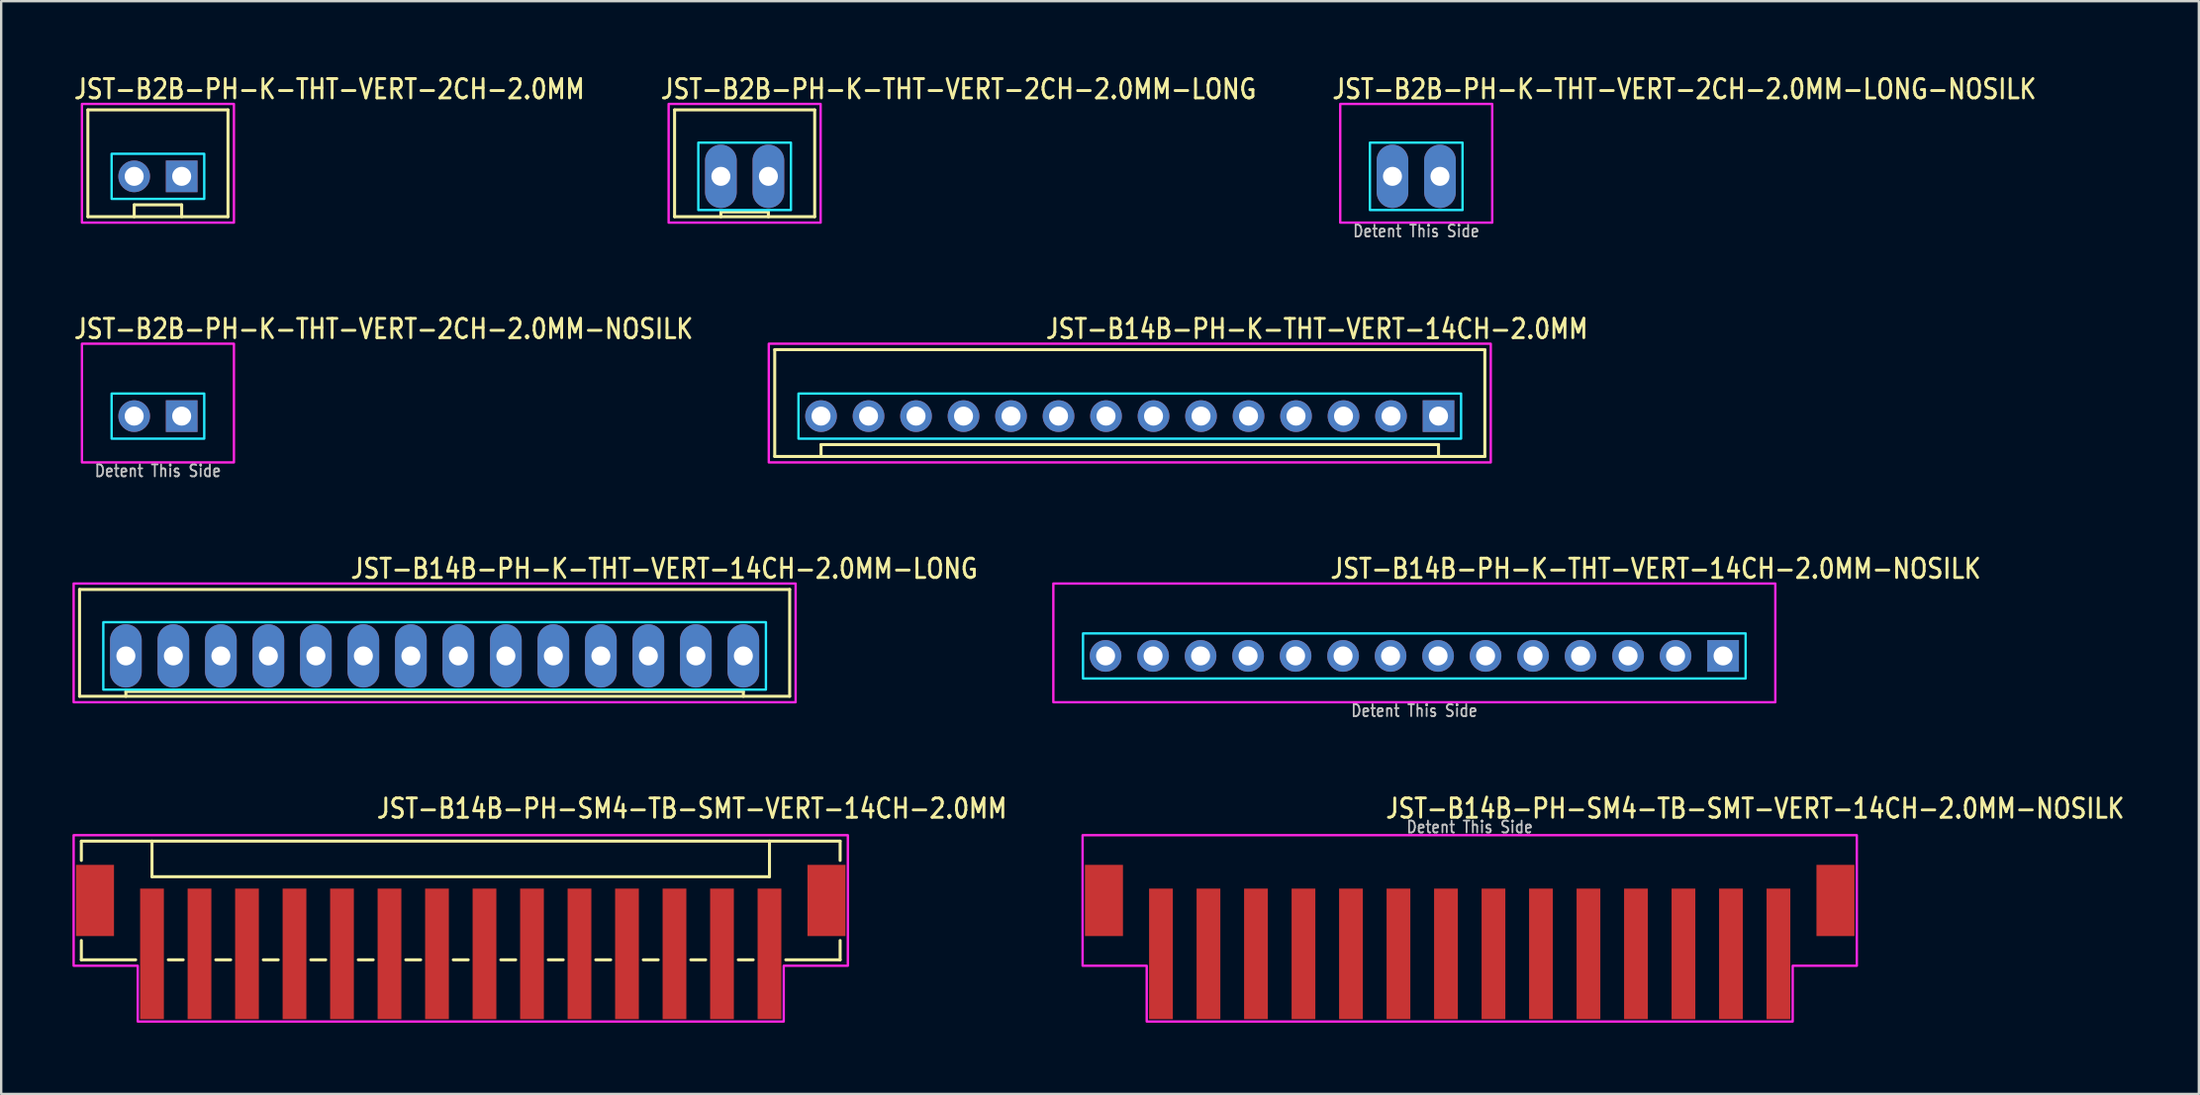
<source format=kicad_pcb>
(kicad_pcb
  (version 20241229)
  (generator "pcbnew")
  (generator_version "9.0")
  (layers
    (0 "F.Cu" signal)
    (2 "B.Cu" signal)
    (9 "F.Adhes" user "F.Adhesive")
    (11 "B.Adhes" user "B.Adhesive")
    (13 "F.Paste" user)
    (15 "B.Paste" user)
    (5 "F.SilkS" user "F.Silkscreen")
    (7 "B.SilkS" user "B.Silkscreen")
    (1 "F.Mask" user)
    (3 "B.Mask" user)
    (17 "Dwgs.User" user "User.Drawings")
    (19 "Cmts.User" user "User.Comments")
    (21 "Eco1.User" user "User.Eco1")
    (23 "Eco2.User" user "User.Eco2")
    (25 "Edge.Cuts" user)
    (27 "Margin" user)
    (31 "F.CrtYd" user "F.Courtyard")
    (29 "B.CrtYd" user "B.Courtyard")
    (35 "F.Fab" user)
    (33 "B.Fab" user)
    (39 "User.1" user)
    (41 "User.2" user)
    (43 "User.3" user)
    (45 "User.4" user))
  (footprint "JST-B14B-PH-K-THT-VERT-14CH-2.0MM"
    (layer "F.Cu")
    (at 44.521 14.48)
    (property "Reference" "JST-B14B-PH-K-THT-VERT-14CH-2.0MM" (at -3.6 -3.2 0) (unlocked yes) (layer "F.SilkS") (effects (font (size 0.813 0.695) (thickness 0.122)) (justify left bottom)))
    (fp_line (start -14.95 -2.8) (end -14.95 1.7) (stroke (width 0.127) (type solid)) (layer "F.SilkS"))
    (fp_line (start -14.95 -2.8) (end 14.95 -2.8) (stroke (width 0.127) (type solid)) (layer "F.SilkS"))
    (fp_line (start -14.95 1.7) (end 14.95 1.7) (stroke (width 0.127) (type solid)) (layer "F.SilkS"))
    (fp_line (start -13 1.7) (end -13 1.2) (stroke (width 0.127) (type solid)) (layer "F.SilkS"))
    (fp_line (start 13 1.2) (end -13 1.2) (stroke (width 0.127) (type solid)) (layer "F.SilkS"))
    (fp_line (start 13 1.7) (end 13 1.2) (stroke (width 0.127) (type solid)) (layer "F.SilkS"))
    (fp_line (start 14.95 1.7) (end 14.95 -2.8) (stroke (width 0.127) (type solid)) (layer "F.SilkS"))
    (fp_poly (pts (xy -13.95 -0.95) (xy -13.95 0.95) (xy 13.95 0.95) (xy 13.95 -0.95)) (stroke (width 0.1) (type solid)) (fill no) (layer "B.CrtYd"))
    (fp_poly (pts (xy -15.2 1.95) (xy -15.2 -3.05) (xy 15.2 -3.05) (xy 15.2 1.95)) (stroke (width 0.1) (type solid)) (fill no) (layer "F.CrtYd"))
    (pad "1" thru_hole rect (at 13 0) (size 1.333 1.333) (drill 0.8) (layers "*.Cu" "*.Mask"))
    (pad "2" thru_hole oval (at 11 0) (size 1.333 1.333) (drill 0.8) (layers "*.Cu" "*.Mask"))
    (pad "3" thru_hole oval (at 9 0) (size 1.333 1.333) (drill 0.8) (layers "*.Cu" "*.Mask"))
    (pad "4" thru_hole oval (at 7 0) (size 1.333 1.333) (drill 0.8) (layers "*.Cu" "*.Mask"))
    (pad "5" thru_hole oval (at 5 0) (size 1.333 1.333) (drill 0.8) (layers "*.Cu" "*.Mask"))
    (pad "6" thru_hole oval (at 3 0) (size 1.333 1.333) (drill 0.8) (layers "*.Cu" "*.Mask"))
    (pad "7" thru_hole oval (at 1 0) (size 1.333 1.333) (drill 0.8) (layers "*.Cu" "*.Mask"))
    (pad "8" thru_hole oval (at -1 0) (size 1.333 1.333) (drill 0.8) (layers "*.Cu" "*.Mask"))
    (pad "9" thru_hole oval (at -3 0) (size 1.333 1.333) (drill 0.8) (layers "*.Cu" "*.Mask"))
    (pad "10" thru_hole oval (at -5 0) (size 1.333 1.333) (drill 0.8) (layers "*.Cu" "*.Mask"))
    (pad "11" thru_hole oval (at -7 0) (size 1.333 1.333) (drill 0.8) (layers "*.Cu" "*.Mask"))
    (pad "12" thru_hole oval (at -9 0) (size 1.333 1.333) (drill 0.8) (layers "*.Cu" "*.Mask"))
    (pad "13" thru_hole oval (at -11 0) (size 1.333 1.333) (drill 0.8) (layers "*.Cu" "*.Mask"))
    (pad "14" thru_hole oval (at -13 0) (size 1.333 1.333) (drill 0.8) (layers "*.Cu" "*.Mask")))
  (footprint "JST-B2B-PH-K-THT-VERT-2CH-2.0MM"
    (layer "F.Cu")
    (at 3.6 4.379)
    (property "Reference" "JST-B2B-PH-K-THT-VERT-2CH-2.0MM" (at -3.6 -3.2 0) (unlocked yes) (layer "F.SilkS") (effects (font (size 0.813 0.695) (thickness 0.122)) (justify left bottom)))
    (fp_line (start -2.95 -2.8) (end -2.95 1.7) (stroke (width 0.127) (type solid)) (layer "F.SilkS"))
    (fp_line (start -2.95 -2.8) (end 2.95 -2.8) (stroke (width 0.127) (type solid)) (layer "F.SilkS"))
    (fp_line (start -2.95 1.7) (end 2.95 1.7) (stroke (width 0.127) (type solid)) (layer "F.SilkS"))
    (fp_line (start -1 1.7) (end -1 1.2) (stroke (width 0.127) (type solid)) (layer "F.SilkS"))
    (fp_line (start 1 1.2) (end -1 1.2) (stroke (width 0.127) (type solid)) (layer "F.SilkS"))
    (fp_line (start 1 1.7) (end 1 1.2) (stroke (width 0.127) (type solid)) (layer "F.SilkS"))
    (fp_line (start 2.95 1.7) (end 2.95 -2.8) (stroke (width 0.127) (type solid)) (layer "F.SilkS"))
    (fp_poly (pts (xy -1.95 -0.95) (xy -1.95 0.95) (xy 1.95 0.95) (xy 1.95 -0.95)) (stroke (width 0.1) (type solid)) (fill no) (layer "B.CrtYd"))
    (fp_poly (pts (xy -3.2 1.95) (xy -3.2 -3.05) (xy 3.2 -3.05) (xy 3.2 1.95)) (stroke (width 0.1) (type solid)) (fill no) (layer "F.CrtYd"))
    (pad "1" thru_hole rect (at 1 0) (size 1.333 1.333) (drill 0.8) (layers "*.Cu" "*.Mask"))
    (pad "2" thru_hole oval (at -1 0) (size 1.333 1.333) (drill 0.8) (layers "*.Cu" "*.Mask")))
  (footprint "JST-B14B-PH-SM4-TB-SMT-VERT-14CH-2.0MM-NOSILK"
    (layer "F.Cu")
    (at 58.834 34.884)
    (property "Reference" "JST-B14B-PH-SM4-TB-SMT-VERT-14CH-2.0MM-NOSILK" (at -3.6 -3.4 0) (unlocked yes) (layer "F.SilkS") (effects (font (size 0.813 0.695) (thickness 0.122)) (justify left bottom)))
    (fp_poly (pts (xy -16.3 -2.75) (xy -16.3 2.75) (xy -13.6 2.75) (xy -13.6 5.1) (xy 13.6 5.1) (xy 13.6 2.75) (xy 16.3 2.75) (xy 16.3 -2.75)) (stroke (width 0.1) (type solid)) (fill no) (layer "F.CrtYd"))
    (fp_text user "Detent This Side" (at 0 -2.8 0) (unlocked yes) (layer "Dwgs.User") (effects (font (size 0.5 0.427) (thickness 0.075)) (justify bottom)))
    (pad "1" smd rect (at -13 2.25) (size 1 5.5) (layers "F.Cu" "F.Mask" "F.Paste"))
    (pad "2" smd rect (at -11 2.25) (size 1 5.5) (layers "F.Cu" "F.Mask" "F.Paste"))
    (pad "3" smd rect (at -9 2.25) (size 1 5.5) (layers "F.Cu" "F.Mask" "F.Paste"))
    (pad "4" smd rect (at -7 2.25) (size 1 5.5) (layers "F.Cu" "F.Mask" "F.Paste"))
    (pad "5" smd rect (at -5 2.25) (size 1 5.5) (layers "F.Cu" "F.Mask" "F.Paste"))
    (pad "6" smd rect (at -3 2.25) (size 1 5.5) (layers "F.Cu" "F.Mask" "F.Paste"))
    (pad "7" smd rect (at -1 2.25) (size 1 5.5) (layers "F.Cu" "F.Mask" "F.Paste"))
    (pad "8" smd rect (at 1 2.25) (size 1 5.5) (layers "F.Cu" "F.Mask" "F.Paste"))
    (pad "9" smd rect (at 3 2.25) (size 1 5.5) (layers "F.Cu" "F.Mask" "F.Paste"))
    (pad "10" smd rect (at 5 2.25) (size 1 5.5) (layers "F.Cu" "F.Mask" "F.Paste"))
    (pad "11" smd rect (at 7 2.25) (size 1 5.5) (layers "F.Cu" "F.Mask" "F.Paste"))
    (pad "12" smd rect (at 9 2.25) (size 1 5.5) (layers "F.Cu" "F.Mask" "F.Paste"))
    (pad "13" smd rect (at 11 2.25) (size 1 5.5) (layers "F.Cu" "F.Mask" "F.Paste"))
    (pad "14" smd rect (at 13 2.25) (size 1 5.5) (layers "F.Cu" "F.Mask" "F.Paste"))
    (pad "S_1" smd rect (at -15.4 0) (size 1.6 3) (layers "F.Cu" "F.Mask" "F.Paste"))
    (pad "S_2" smd rect (at 15.4 0) (size 1.6 3) (layers "F.Cu" "F.Mask" "F.Paste")))
  (footprint "JST-B14B-PH-K-THT-VERT-14CH-2.0MM-LONG"
    (layer "F.Cu")
    (at 15.25 24.582)
    (property "Reference" "JST-B14B-PH-K-THT-VERT-14CH-2.0MM-LONG" (at -3.6 -3.2 0) (unlocked yes) (layer "F.SilkS") (effects (font (size 0.813 0.695) (thickness 0.122)) (justify left bottom)))
    (fp_line (start -14.95 -2.8) (end -14.95 1.7) (stroke (width 0.127) (type solid)) (layer "F.SilkS"))
    (fp_line (start -14.95 -2.8) (end 14.95 -2.8) (stroke (width 0.127) (type solid)) (layer "F.SilkS"))
    (fp_line (start -14.95 1.7) (end 14.95 1.7) (stroke (width 0.127) (type solid)) (layer "F.SilkS"))
    (fp_line (start -13 1.7) (end -13 1.5) (stroke (width 0.127) (type solid)) (layer "F.SilkS"))
    (fp_line (start 13 1.5) (end -13 1.5) (stroke (width 0.127) (type solid)) (layer "F.SilkS"))
    (fp_line (start 13 1.7) (end 13 1.5) (stroke (width 0.127) (type solid)) (layer "F.SilkS"))
    (fp_line (start 14.95 1.7) (end 14.95 -2.8) (stroke (width 0.127) (type solid)) (layer "F.SilkS"))
    (fp_poly (pts (xy -13.95 -1.42) (xy -13.95 1.42) (xy 13.95 1.42) (xy 13.95 -1.42)) (stroke (width 0.1) (type solid)) (fill no) (layer "B.CrtYd"))
    (fp_poly (pts (xy -15.2 1.95) (xy -15.2 -3.05) (xy 15.2 -3.05) (xy 15.2 1.95)) (stroke (width 0.1) (type solid)) (fill no) (layer "F.CrtYd"))
    (pad "1" thru_hole oval (at 13 0 90) (size 2.667 1.333) (drill 0.8) (layers "*.Cu" "*.Mask"))
    (pad "2" thru_hole oval (at 11 0 90) (size 2.667 1.333) (drill 0.8) (layers "*.Cu" "*.Mask"))
    (pad "3" thru_hole oval (at 9 0 90) (size 2.667 1.333) (drill 0.8) (layers "*.Cu" "*.Mask"))
    (pad "4" thru_hole oval (at 7 0 90) (size 2.667 1.333) (drill 0.8) (layers "*.Cu" "*.Mask"))
    (pad "5" thru_hole oval (at 5 0 90) (size 2.667 1.333) (drill 0.8) (layers "*.Cu" "*.Mask"))
    (pad "6" thru_hole oval (at 3 0 90) (size 2.667 1.333) (drill 0.8) (layers "*.Cu" "*.Mask"))
    (pad "7" thru_hole oval (at 1 0 90) (size 2.667 1.333) (drill 0.8) (layers "*.Cu" "*.Mask"))
    (pad "8" thru_hole oval (at -1 0 90) (size 2.667 1.333) (drill 0.8) (layers "*.Cu" "*.Mask"))
    (pad "9" thru_hole oval (at -3 0 90) (size 2.667 1.333) (drill 0.8) (layers "*.Cu" "*.Mask"))
    (pad "10" thru_hole oval (at -5 0 90) (size 2.667 1.333) (drill 0.8) (layers "*.Cu" "*.Mask"))
    (pad "11" thru_hole oval (at -7 0 90) (size 2.667 1.333) (drill 0.8) (layers "*.Cu" "*.Mask"))
    (pad "12" thru_hole oval (at -9 0 90) (size 2.667 1.333) (drill 0.8) (layers "*.Cu" "*.Mask"))
    (pad "13" thru_hole oval (at -11 0 90) (size 2.667 1.333) (drill 0.8) (layers "*.Cu" "*.Mask"))
    (pad "14" thru_hole oval (at -13 0 90) (size 2.667 1.333) (drill 0.8) (layers "*.Cu" "*.Mask")))
  (footprint "JST-B14B-PH-K-THT-VERT-14CH-2.0MM-NOSILK"
    (layer "F.Cu")
    (at 56.502 24.582)
    (property "Reference" "JST-B14B-PH-K-THT-VERT-14CH-2.0MM-NOSILK" (at -3.6 -3.2 0) (unlocked yes) (layer "F.SilkS") (effects (font (size 0.813 0.695) (thickness 0.122)) (justify left bottom)))
    (fp_poly (pts (xy -13.95 -0.95) (xy -13.95 0.95) (xy 13.95 0.95) (xy 13.95 -0.95)) (stroke (width 0.1) (type solid)) (fill no) (layer "B.CrtYd"))
    (fp_poly (pts (xy -15.2 1.95) (xy -15.2 -3.05) (xy 15.2 -3.05) (xy 15.2 1.95)) (stroke (width 0.1) (type solid)) (fill no) (layer "F.CrtYd"))
    (fp_text user "Detent This Side" (at 0 2.6 0) (unlocked yes) (layer "Dwgs.User") (effects (font (size 0.5 0.427) (thickness 0.075)) (justify bottom)))
    (pad "1" thru_hole rect (at 13 0) (size 1.333 1.333) (drill 0.8) (layers "*.Cu" "*.Mask"))
    (pad "2" thru_hole oval (at 11 0) (size 1.333 1.333) (drill 0.8) (layers "*.Cu" "*.Mask"))
    (pad "3" thru_hole oval (at 9 0) (size 1.333 1.333) (drill 0.8) (layers "*.Cu" "*.Mask"))
    (pad "4" thru_hole oval (at 7 0) (size 1.333 1.333) (drill 0.8) (layers "*.Cu" "*.Mask"))
    (pad "5" thru_hole oval (at 5 0) (size 1.333 1.333) (drill 0.8) (layers "*.Cu" "*.Mask"))
    (pad "6" thru_hole oval (at 3 0) (size 1.333 1.333) (drill 0.8) (layers "*.Cu" "*.Mask"))
    (pad "7" thru_hole oval (at 1 0) (size 1.333 1.333) (drill 0.8) (layers "*.Cu" "*.Mask"))
    (pad "8" thru_hole oval (at -1 0) (size 1.333 1.333) (drill 0.8) (layers "*.Cu" "*.Mask"))
    (pad "9" thru_hole oval (at -3 0) (size 1.333 1.333) (drill 0.8) (layers "*.Cu" "*.Mask"))
    (pad "10" thru_hole oval (at -5 0) (size 1.333 1.333) (drill 0.8) (layers "*.Cu" "*.Mask"))
    (pad "11" thru_hole oval (at -7 0) (size 1.333 1.333) (drill 0.8) (layers "*.Cu" "*.Mask"))
    (pad "12" thru_hole oval (at -9 0) (size 1.333 1.333) (drill 0.8) (layers "*.Cu" "*.Mask"))
    (pad "13" thru_hole oval (at -11 0) (size 1.333 1.333) (drill 0.8) (layers "*.Cu" "*.Mask"))
    (pad "14" thru_hole oval (at -13 0) (size 1.333 1.333) (drill 0.8) (layers "*.Cu" "*.Mask")))
  (footprint "JST-B2B-PH-K-THT-VERT-2CH-2.0MM-LONG"
    (layer "F.Cu")
    (at 28.304 4.379)
    (property "Reference" "JST-B2B-PH-K-THT-VERT-2CH-2.0MM-LONG" (at -3.6 -3.2 0) (unlocked yes) (layer "F.SilkS") (effects (font (size 0.813 0.695) (thickness 0.122)) (justify left bottom)))
    (fp_line (start -2.95 -2.8) (end -2.95 1.7) (stroke (width 0.127) (type solid)) (layer "F.SilkS"))
    (fp_line (start -2.95 -2.8) (end 2.95 -2.8) (stroke (width 0.127) (type solid)) (layer "F.SilkS"))
    (fp_line (start -2.95 1.7) (end 2.95 1.7) (stroke (width 0.127) (type solid)) (layer "F.SilkS"))
    (fp_line (start -1 1.7) (end -1 1.5) (stroke (width 0.127) (type solid)) (layer "F.SilkS"))
    (fp_line (start 1 1.5) (end -1 1.5) (stroke (width 0.127) (type solid)) (layer "F.SilkS"))
    (fp_line (start 1 1.7) (end 1 1.5) (stroke (width 0.127) (type solid)) (layer "F.SilkS"))
    (fp_line (start 2.95 1.7) (end 2.95 -2.8) (stroke (width 0.127) (type solid)) (layer "F.SilkS"))
    (fp_poly (pts (xy -1.95 -1.42) (xy -1.95 1.42) (xy 1.95 1.42) (xy 1.95 -1.42)) (stroke (width 0.1) (type solid)) (fill no) (layer "B.CrtYd"))
    (fp_poly (pts (xy -3.2 1.95) (xy -3.2 -3.05) (xy 3.2 -3.05) (xy 3.2 1.95)) (stroke (width 0.1) (type solid)) (fill no) (layer "F.CrtYd"))
    (pad "1" thru_hole oval (at 1 0 90) (size 2.667 1.333) (drill 0.8) (layers "*.Cu" "*.Mask"))
    (pad "2" thru_hole oval (at -1 0 90) (size 2.667 1.333) (drill 0.8) (layers "*.Cu" "*.Mask")))
  (footprint "JST-B14B-PH-SM4-TB-SMT-VERT-14CH-2.0MM"
    (layer "F.Cu")
    (at 16.35 34.884)
    (property "Reference" "JST-B14B-PH-SM4-TB-SMT-VERT-14CH-2.0MM" (at -3.6 -3.4 0) (unlocked yes) (layer "F.SilkS") (effects (font (size 0.813 0.695) (thickness 0.122)) (justify left bottom)))
    (fp_line (start -15.975 -2.5) (end -15.975 -1.687) (stroke (width 0.127) (type solid)) (layer "F.SilkS"))
    (fp_line (start -15.975 -2.5) (end 15.975 -2.5) (stroke (width 0.127) (type solid)) (layer "F.SilkS"))
    (fp_line (start -15.975 2.5) (end -15.975 1.687) (stroke (width 0.127) (type solid)) (layer "F.SilkS"))
    (fp_line (start -15.975 2.5) (end -13.687 2.5) (stroke (width 0.127) (type solid)) (layer "F.SilkS"))
    (fp_line (start -13 -2.5) (end -13 -1) (stroke (width 0.127) (type solid)) (layer "F.SilkS"))
    (fp_line (start -13 -1) (end 13 -1) (stroke (width 0.127) (type solid)) (layer "F.SilkS"))
    (fp_line (start -12.313 2.5) (end -11.687 2.5) (stroke (width 0.127) (type solid)) (layer "F.SilkS"))
    (fp_line (start -10.313 2.5) (end -9.687 2.5) (stroke (width 0.127) (type solid)) (layer "F.SilkS"))
    (fp_line (start -8.313 2.5) (end -7.686 2.5) (stroke (width 0.127) (type solid)) (layer "F.SilkS"))
    (fp_line (start -6.314 2.5) (end -5.686 2.5) (stroke (width 0.127) (type solid)) (layer "F.SilkS"))
    (fp_line (start -4.314 2.5) (end -3.687 2.5) (stroke (width 0.127) (type solid)) (layer "F.SilkS"))
    (fp_line (start -2.313 2.5) (end -1.687 2.5) (stroke (width 0.127) (type solid)) (layer "F.SilkS"))
    (fp_line (start -0.314 2.5) (end 0.314 2.5) (stroke (width 0.127) (type solid)) (layer "F.SilkS"))
    (fp_line (start 1.687 2.5) (end 2.313 2.5) (stroke (width 0.127) (type solid)) (layer "F.SilkS"))
    (fp_line (start 3.687 2.5) (end 4.314 2.5) (stroke (width 0.127) (type solid)) (layer "F.SilkS"))
    (fp_line (start 5.686 2.5) (end 6.314 2.5) (stroke (width 0.127) (type solid)) (layer "F.SilkS"))
    (fp_line (start 7.686 2.5) (end 8.313 2.5) (stroke (width 0.127) (type solid)) (layer "F.SilkS"))
    (fp_line (start 9.687 2.5) (end 10.313 2.5) (stroke (width 0.127) (type solid)) (layer "F.SilkS"))
    (fp_line (start 11.687 2.5) (end 12.313 2.5) (stroke (width 0.127) (type solid)) (layer "F.SilkS"))
    (fp_line (start 13 -1) (end 13 -2.5) (stroke (width 0.127) (type solid)) (layer "F.SilkS"))
    (fp_line (start 13.687 2.5) (end 15.975 2.5) (stroke (width 0.127) (type solid)) (layer "F.SilkS"))
    (fp_line (start 15.975 -1.687) (end 15.975 -2.5) (stroke (width 0.127) (type solid)) (layer "F.SilkS"))
    (fp_line (start 15.975 1.687) (end 15.975 2.5) (stroke (width 0.127) (type solid)) (layer "F.SilkS"))
    (fp_poly (pts (xy -16.3 -2.75) (xy -16.3 2.75) (xy -13.6 2.75) (xy -13.6 5.1) (xy 13.6 5.1) (xy 13.6 2.75) (xy 16.3 2.75) (xy 16.3 -2.75)) (stroke (width 0.1) (type solid)) (fill no) (layer "F.CrtYd"))
    (pad "1" smd rect (at -13 2.25) (size 1 5.5) (layers "F.Cu" "F.Mask" "F.Paste"))
    (pad "2" smd rect (at -11 2.25) (size 1 5.5) (layers "F.Cu" "F.Mask" "F.Paste"))
    (pad "3" smd rect (at -9 2.25) (size 1 5.5) (layers "F.Cu" "F.Mask" "F.Paste"))
    (pad "4" smd rect (at -7 2.25) (size 1 5.5) (layers "F.Cu" "F.Mask" "F.Paste"))
    (pad "5" smd rect (at -5 2.25) (size 1 5.5) (layers "F.Cu" "F.Mask" "F.Paste"))
    (pad "6" smd rect (at -3 2.25) (size 1 5.5) (layers "F.Cu" "F.Mask" "F.Paste"))
    (pad "7" smd rect (at -1 2.25) (size 1 5.5) (layers "F.Cu" "F.Mask" "F.Paste"))
    (pad "8" smd rect (at 1 2.25) (size 1 5.5) (layers "F.Cu" "F.Mask" "F.Paste"))
    (pad "9" smd rect (at 3 2.25) (size 1 5.5) (layers "F.Cu" "F.Mask" "F.Paste"))
    (pad "10" smd rect (at 5 2.25) (size 1 5.5) (layers "F.Cu" "F.Mask" "F.Paste"))
    (pad "11" smd rect (at 7 2.25) (size 1 5.5) (layers "F.Cu" "F.Mask" "F.Paste"))
    (pad "12" smd rect (at 9 2.25) (size 1 5.5) (layers "F.Cu" "F.Mask" "F.Paste"))
    (pad "13" smd rect (at 11 2.25) (size 1 5.5) (layers "F.Cu" "F.Mask" "F.Paste"))
    (pad "14" smd rect (at 13 2.25) (size 1 5.5) (layers "F.Cu" "F.Mask" "F.Paste"))
    (pad "S_1" smd rect (at -15.4 0) (size 1.6 3) (layers "F.Cu" "F.Mask" "F.Paste"))
    (pad "S_2" smd rect (at 15.4 0) (size 1.6 3) (layers "F.Cu" "F.Mask" "F.Paste")))
  (footprint "JST-B2B-PH-K-THT-VERT-2CH-2.0MM-LONG-NOSILK"
    (layer "F.Cu")
    (at 56.582 4.379)
    (property "Reference" "JST-B2B-PH-K-THT-VERT-2CH-2.0MM-LONG-NOSILK" (at -3.6 -3.2 0) (unlocked yes) (layer "F.SilkS") (effects (font (size 0.813 0.695) (thickness 0.122)) (justify left bottom)))
    (fp_poly (pts (xy -1.95 -1.42) (xy -1.95 1.42) (xy 1.95 1.42) (xy 1.95 -1.42)) (stroke (width 0.1) (type solid)) (fill no) (layer "B.CrtYd"))
    (fp_poly (pts (xy -3.2 1.95) (xy -3.2 -3.05) (xy 3.2 -3.05) (xy 3.2 1.95)) (stroke (width 0.1) (type solid)) (fill no) (layer "F.CrtYd"))
    (fp_text user "Detent This Side" (at 0 2.6 0) (unlocked yes) (layer "Dwgs.User") (effects (font (size 0.5 0.427) (thickness 0.075)) (justify bottom)))
    (pad "1" thru_hole oval (at 1 0 90) (size 2.667 1.333) (drill 0.8) (layers "*.Cu" "*.Mask"))
    (pad "2" thru_hole oval (at -1 0 90) (size 2.667 1.333) (drill 0.8) (layers "*.Cu" "*.Mask")))
  (footprint "JST-B2B-PH-K-THT-VERT-2CH-2.0MM-NOSILK"
    (layer "F.Cu")
    (at 3.6 14.48)
    (property "Reference" "JST-B2B-PH-K-THT-VERT-2CH-2.0MM-NOSILK" (at -3.6 -3.2 0) (unlocked yes) (layer "F.SilkS") (effects (font (size 0.813 0.695) (thickness 0.122)) (justify left bottom)))
    (fp_poly (pts (xy -1.95 -0.95) (xy -1.95 0.95) (xy 1.95 0.95) (xy 1.95 -0.95)) (stroke (width 0.1) (type solid)) (fill no) (layer "B.CrtYd"))
    (fp_poly (pts (xy -3.2 1.95) (xy -3.2 -3.05) (xy 3.2 -3.05) (xy 3.2 1.95)) (stroke (width 0.1) (type solid)) (fill no) (layer "F.CrtYd"))
    (fp_text user "Detent This Side" (at 0 2.6 0) (unlocked yes) (layer "Dwgs.User") (effects (font (size 0.5 0.427) (thickness 0.075)) (justify bottom)))
    (pad "1" thru_hole rect (at 1 0) (size 1.333 1.333) (drill 0.8) (layers "*.Cu" "*.Mask"))
    (pad "2" thru_hole oval (at -1 0) (size 1.333 1.333) (drill 0.8) (layers "*.Cu" "*.Mask")))
  (gr_rect
    (start -3 -3)
    (end 89.535 43.034)
    (stroke (width 0.1) (type default))
    (fill no)
    (layer "Edge.Cuts")))
</source>
